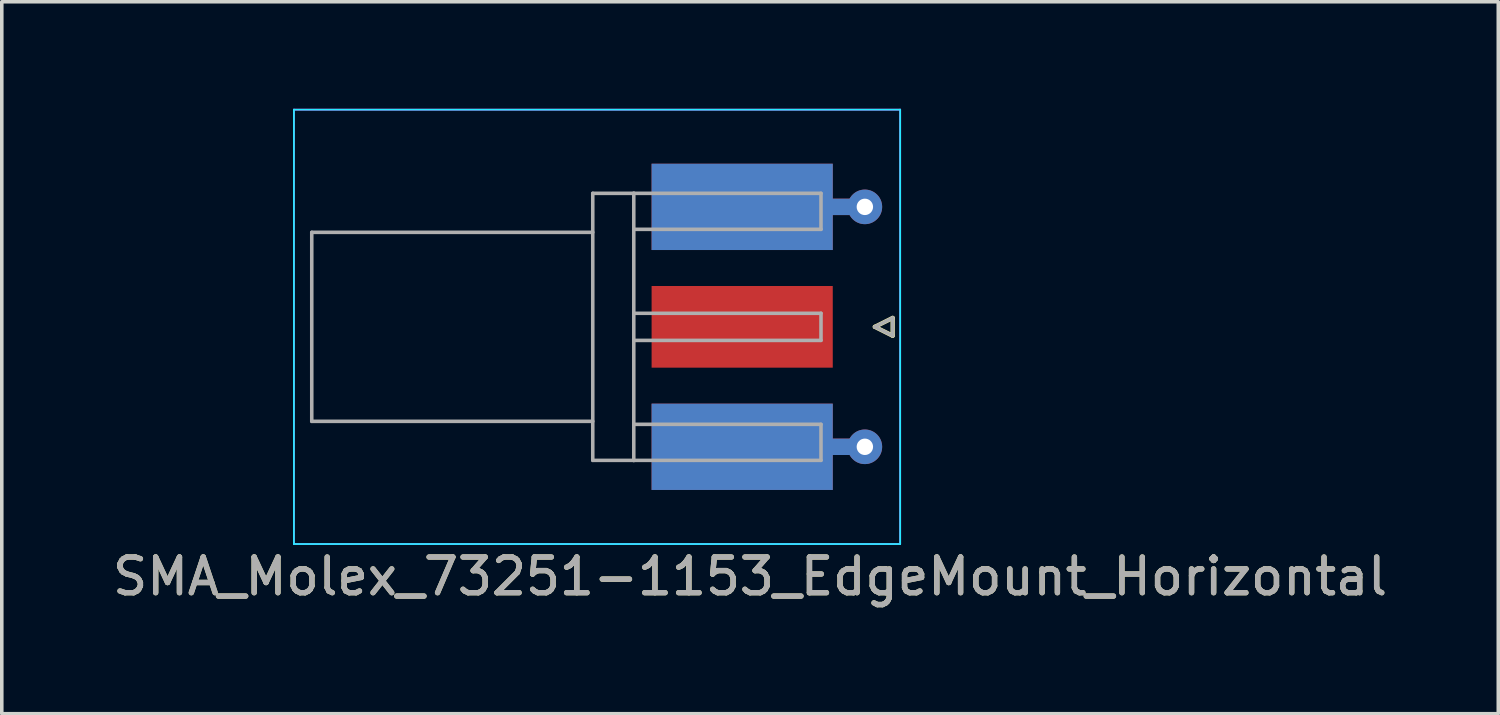
<source format=kicad_pcb>
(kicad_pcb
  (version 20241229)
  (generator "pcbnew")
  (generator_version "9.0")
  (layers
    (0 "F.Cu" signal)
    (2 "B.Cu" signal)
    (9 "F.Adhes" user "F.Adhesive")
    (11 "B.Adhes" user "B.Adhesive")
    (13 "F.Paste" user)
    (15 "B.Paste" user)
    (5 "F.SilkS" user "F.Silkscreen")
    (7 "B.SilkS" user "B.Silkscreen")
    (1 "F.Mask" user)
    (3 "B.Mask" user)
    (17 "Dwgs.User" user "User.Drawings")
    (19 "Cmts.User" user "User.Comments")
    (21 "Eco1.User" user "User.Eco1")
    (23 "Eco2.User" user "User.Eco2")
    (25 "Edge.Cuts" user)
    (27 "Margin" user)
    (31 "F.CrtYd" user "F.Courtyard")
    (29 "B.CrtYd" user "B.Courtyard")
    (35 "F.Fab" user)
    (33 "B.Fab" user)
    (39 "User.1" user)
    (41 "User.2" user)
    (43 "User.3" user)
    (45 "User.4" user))
  (footprint "SMA_Molex_73251-1153_EdgeMount_Horizontal"
    (layer "F.Cu")
    (at 19.482 6.115)
    (property "Reference" "SMA_Molex_73251-1153_EdgeMount_Horizontal" (at -1.5 7 0) (layer "F.SilkS") (effects (font (size 1 1) (thickness 0.15))))
    (attr smd)
    (fp_line (start 2 0) (end 2.5 -0.25) (stroke (width 0.12) (type solid)) (layer "F.SilkS"))
    (fp_line (start 2.5 -0.25) (end 2.5 0.25) (stroke (width 0.12) (type solid)) (layer "F.SilkS"))
    (fp_line (start 2.5 0.25) (end 2 0) (stroke (width 0.12) (type solid)) (layer "F.SilkS"))
    (fp_line (start -14.29 -6.09) (end -14.29 6.09) (stroke (width 0.05) (type solid)) (layer "B.CrtYd"))
    (fp_line (start -14.29 -6.09) (end 2.71 -6.09) (stroke (width 0.05) (type solid)) (layer "B.CrtYd"))
    (fp_line (start -14.29 6.09) (end 2.71 6.09) (stroke (width 0.05) (type solid)) (layer "B.CrtYd"))
    (fp_line (start 2.71 -6.09) (end 2.71 6.09) (stroke (width 0.05) (type solid)) (layer "B.CrtYd"))
    (fp_line (start -14.29 -6.09) (end -14.29 6.09) (stroke (width 0.05) (type solid)) (layer "F.CrtYd"))
    (fp_line (start -14.29 6.09) (end 2.71 6.09) (stroke (width 0.05) (type solid)) (layer "F.CrtYd"))
    (fp_line (start 2.71 -6.09) (end -14.29 -6.09) (stroke (width 0.05) (type solid)) (layer "F.CrtYd"))
    (fp_line (start 2.71 -6.09) (end 2.71 6.09) (stroke (width 0.05) (type solid)) (layer "F.CrtYd"))
    (fp_line (start -13.79 -2.65) (end -13.79 2.65) (stroke (width 0.1) (type solid)) (layer "F.Fab"))
    (fp_line (start -13.79 -2.65) (end -5.91 -2.65) (stroke (width 0.1) (type solid)) (layer "F.Fab"))
    (fp_line (start -13.79 2.65) (end -5.91 2.65) (stroke (width 0.1) (type solid)) (layer "F.Fab"))
    (fp_line (start -5.91 -3.744) (end -5.91 3.744) (stroke (width 0.1) (type solid)) (layer "F.Fab"))
    (fp_line (start -5.91 3.744) (end 0.49 3.744) (stroke (width 0.1) (type solid)) (layer "F.Fab"))
    (fp_line (start -4.76 -3.75) (end -4.76 3.75) (stroke (width 0.1) (type solid)) (layer "F.Fab"))
    (fp_line (start -4.76 -2.734) (end 0.49 -2.734) (stroke (width 0.1) (type solid)) (layer "F.Fab"))
    (fp_line (start -4.76 -0.38) (end 0.49 -0.38) (stroke (width 0.1) (type solid)) (layer "F.Fab"))
    (fp_line (start -4.76 0.38) (end 0.49 0.38) (stroke (width 0.1) (type solid)) (layer "F.Fab"))
    (fp_line (start -4.76 2.734) (end 0.49 2.734) (stroke (width 0.1) (type solid)) (layer "F.Fab"))
    (fp_line (start 0.49 -3.744) (end -5.91 -3.744) (stroke (width 0.1) (type solid)) (layer "F.Fab"))
    (fp_line (start 0.49 -3.744) (end 0.49 -2.734) (stroke (width 0.1) (type solid)) (layer "F.Fab"))
    (fp_line (start 0.49 -0.38) (end 0.49 0.38) (stroke (width 0.1) (type solid)) (layer "F.Fab"))
    (fp_line (start 0.49 2.734) (end 0.49 3.744) (stroke (width 0.1) (type solid)) (layer "F.Fab"))
    (fp_line (start 2 0) (end 2.5 0.25) (stroke (width 0.1) (type solid)) (layer "F.Fab"))
    (fp_line (start 2.5 -0.25) (end 2 0) (stroke (width 0.1) (type solid)) (layer "F.Fab"))
    (fp_line (start 2.5 0.25) (end 2.5 -0.25) (stroke (width 0.1) (type solid)) (layer "F.Fab"))
    (fp_text user "${REFERENCE}" (at -1.5 7 0) (layer "F.Fab") (effects (font (size 1 1) (thickness 0.15))))
    (pad "1" smd rect (at -1.72 0) (size 5.08 2.29) (layers "F.Cu" "F.Mask" "F.Paste"))
    (pad "2" smd rect (at -1.72 -3.364) (size 5.08 2.42) (layers "F.Cu" "F.Mask" "F.Paste"))
    (pad "2" smd rect (at -1.72 -3.364) (size 5.08 2.42) (layers "B.Cu" "B.Mask" "B.Paste"))
    (pad "2" smd rect (at -1.72 3.364) (size 5.08 2.42) (layers "F.Cu" "F.Mask" "F.Paste"))
    (pad "2" smd rect (at -1.72 3.364) (size 5.08 2.42) (layers "B.Cu" "B.Mask" "B.Paste"))
    (pad "2" smd rect (at 1.27 -3.364) (size 0.95 0.46) (layers "F.Cu"))
    (pad "2" smd rect (at 1.27 -3.364) (size 0.95 0.46) (layers "B.Cu"))
    (pad "2" smd rect (at 1.27 3.364) (size 0.95 0.46) (layers "F.Cu"))
    (pad "2" smd rect (at 1.27 3.364) (size 0.95 0.46) (layers "B.Cu"))
    (pad "2" thru_hole circle (at 1.72 -3.364) (size 0.97 0.97) (drill 0.46) (layers "*.Cu"))
    (pad "2" thru_hole circle (at 1.72 3.364) (size 0.97 0.97) (drill 0.46) (layers "*.Cu")))
  (gr_rect
    (start -3 -3)
    (end 38.964 16.963)
    (stroke (width 0.1) (type default))
    (fill no)
    (layer "Edge.Cuts")))
</source>
